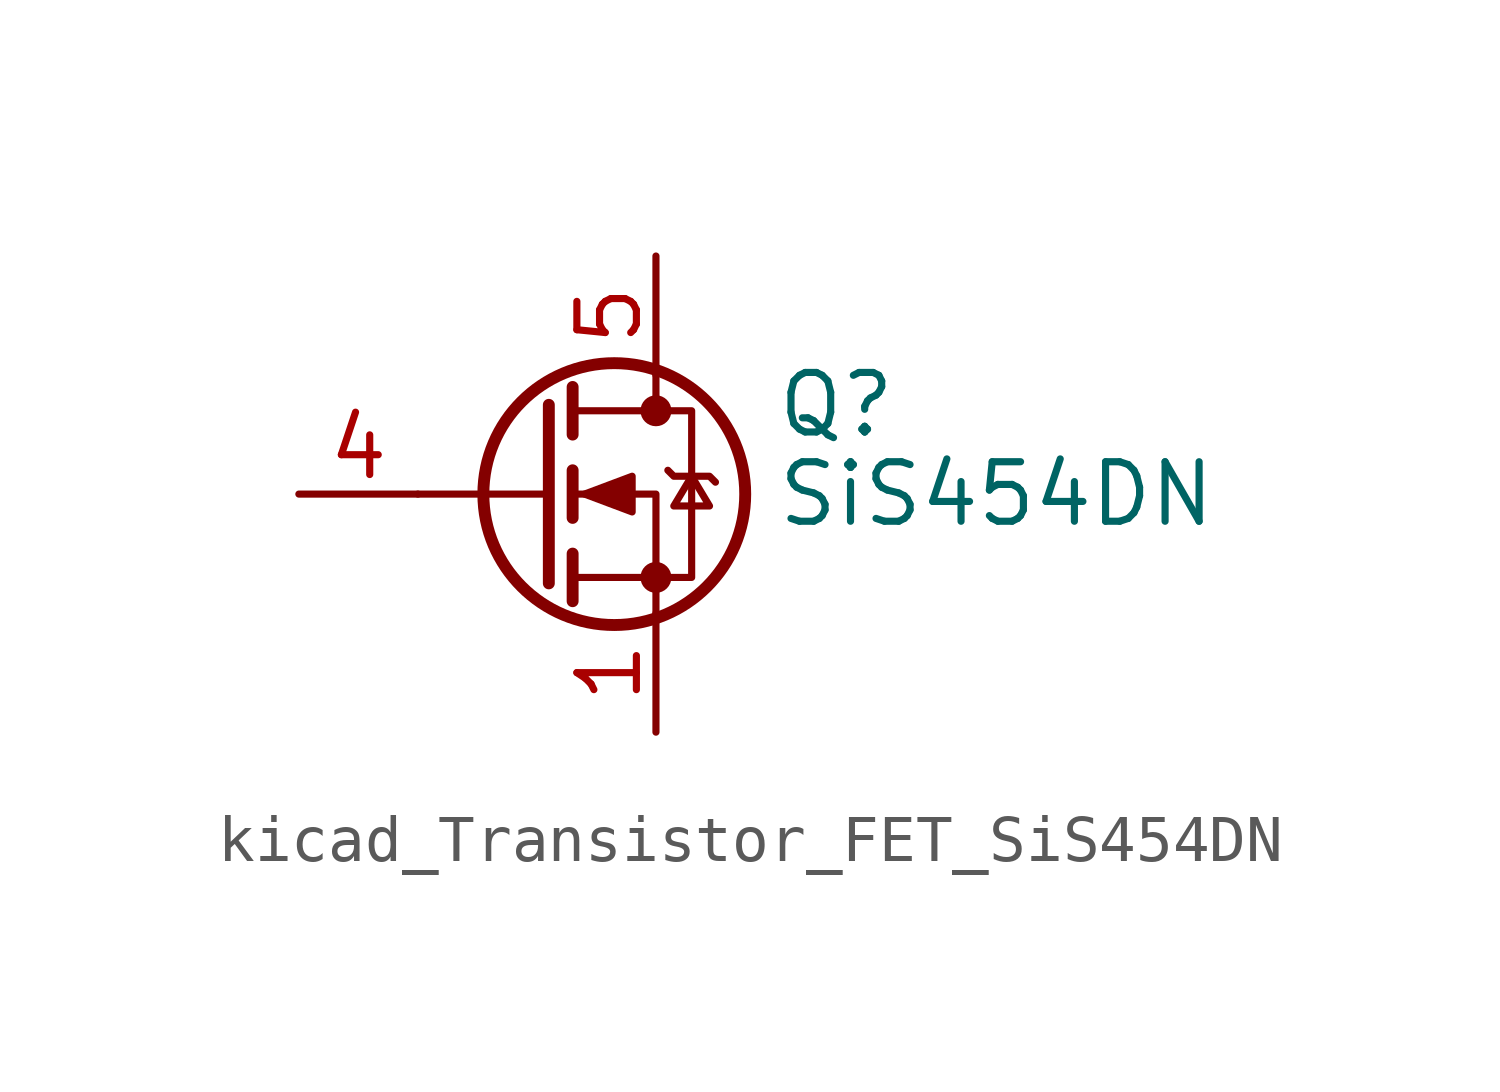
<source format=kicad_sym>
(kicad_symbol_lib
  (version 20220914)
  (generator kicad_symbol_editor)
  (symbol "kicad_Transistor_FET_SiS454DN"
    (pin_names hide)
    (property "Reference" "Q"
      (at 5.08 1.905 0)
      (effects (font (size 1.27 1.27)) (justify left)))
    (property "Value" "SiS454DN"
      (at 5.08 0 0)
      (effects (font (size 1.27 1.27)) (justify left)))
    (symbol "kicad_Transistor_FET_SiS454DN_0_1"
      (polyline (pts (xy 0.254 0) (xy -2.54 0)) (stroke (width 0) (type default)) (fill (type none)))
      (polyline (pts (xy 0.254 1.905) (xy 0.254 -1.905)) (stroke (width 0.254) (type default)) (fill (type none)))
      (polyline (pts (xy 0.762 -1.27) (xy 0.762 -2.286)) (stroke (width 0.254) (type default)) (fill (type none)))
      (polyline (pts (xy 0.762 0.508) (xy 0.762 -0.508)) (stroke (width 0.254) (type default)) (fill (type none)))
      (polyline (pts (xy 0.762 2.286) (xy 0.762 1.27)) (stroke (width 0.254) (type default)) (fill (type none)))
      (polyline (pts (xy 2.54 2.54) (xy 2.54 1.778)) (stroke (width 0) (type default)) (fill (type none)))
      (polyline (pts (xy 2.54 -2.54) (xy 2.54 0) (xy 0.762 0)) (stroke (width 0) (type default)) (fill (type none)))
      (polyline (pts (xy 0.762 -1.778) (xy 3.302 -1.778) (xy 3.302 1.778) (xy 0.762 1.778)) (stroke (width 0) (type default)) (fill (type none)))
      (polyline (pts (xy 1.016 0) (xy 2.032 0.381) (xy 2.032 -0.381) (xy 1.016 0)) (stroke (width 0) (type default)) (fill (type outline)))
      (polyline (pts (xy 2.794 0.508) (xy 2.921 0.381) (xy 3.683 0.381) (xy 3.81 0.254)) (stroke (width 0) (type default)) (fill (type none)))
      (polyline (pts (xy 3.302 0.381) (xy 2.921 -0.254) (xy 3.683 -0.254) (xy 3.302 0.381)) (stroke (width 0) (type default)) (fill (type none)))
      (circle (center 1.651 0) (radius 2.794) (stroke (width 0.254) (type default)) (fill (type none)))
      (circle (center 2.54 -1.778) (radius 0.254) (stroke (width 0) (type default)) (fill (type outline)))
      (circle (center 2.54 1.778) (radius 0.254) (stroke (width 0) (type default)) (fill (type outline))))
    (symbol "kicad_Transistor_FET_SiS454DN_1_1"
      (pin passive line (at 2.54 -5.08 90) (length 2.54) (name "S" (effects (font (size 1.27 1.27)))) (number "1" (effects (font (size 1.27 1.27)))))
      (pin passive line (at 2.54 -5.08 90) (length 2.54) hide (name "S" (effects (font (size 1.27 1.27)))) (number "2" (effects (font (size 1.27 1.27)))))
      (pin passive line (at 2.54 -5.08 90) (length 2.54) hide (name "S" (effects (font (size 1.27 1.27)))) (number "3" (effects (font (size 1.27 1.27)))))
      (pin input line (at -5.08 0 0) (length 2.54) (name "G" (effects (font (size 1.27 1.27)))) (number "4" (effects (font (size 1.27 1.27)))))
      (pin passive line (at 2.54 5.08 270) (length 2.54) (name "D" (effects (font (size 1.27 1.27)))) (number "5" (effects (font (size 1.27 1.27))))))))
</source>
